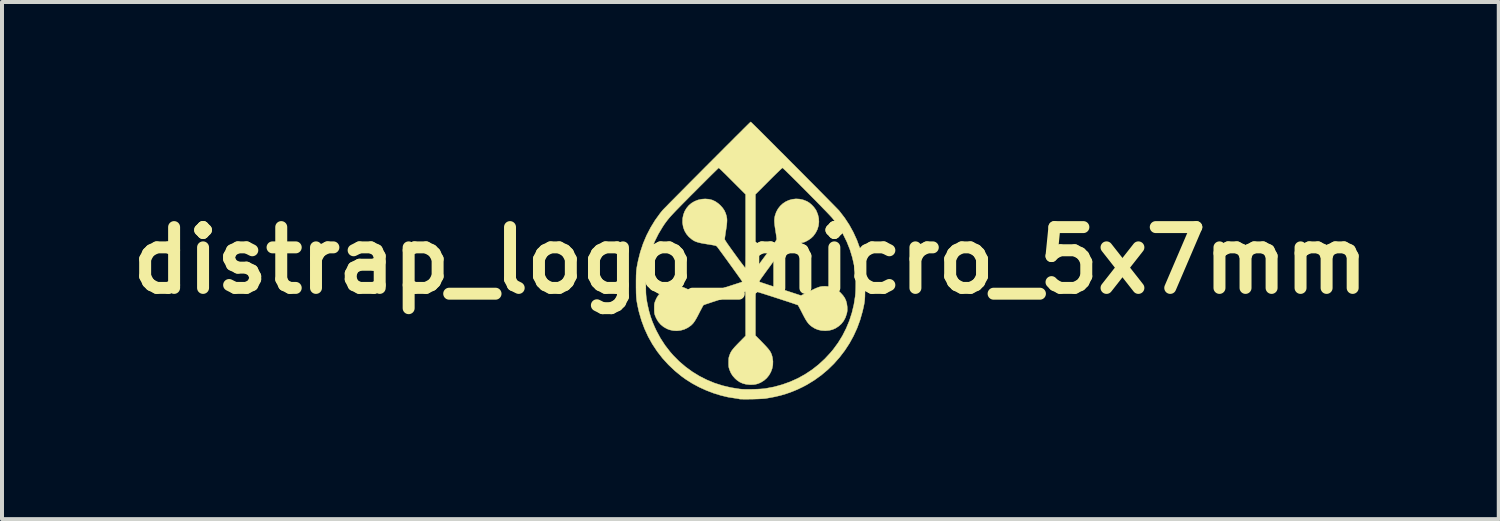
<source format=kicad_pcb>
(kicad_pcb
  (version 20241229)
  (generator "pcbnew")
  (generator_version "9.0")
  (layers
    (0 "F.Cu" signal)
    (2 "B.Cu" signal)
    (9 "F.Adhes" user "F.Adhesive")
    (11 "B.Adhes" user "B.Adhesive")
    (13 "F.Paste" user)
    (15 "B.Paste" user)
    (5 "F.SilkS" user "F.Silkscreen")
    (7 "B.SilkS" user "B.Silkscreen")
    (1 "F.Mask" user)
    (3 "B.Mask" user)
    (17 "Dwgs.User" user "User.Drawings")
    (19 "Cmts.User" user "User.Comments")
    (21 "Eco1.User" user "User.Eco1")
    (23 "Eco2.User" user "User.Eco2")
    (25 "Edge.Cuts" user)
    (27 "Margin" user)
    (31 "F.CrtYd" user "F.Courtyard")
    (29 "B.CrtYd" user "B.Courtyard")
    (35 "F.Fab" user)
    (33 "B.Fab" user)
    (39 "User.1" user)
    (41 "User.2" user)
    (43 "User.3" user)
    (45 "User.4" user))
  (footprint "distrap_logo_micro_5x7mm"
    (layer "F.Cu")
    (at 15.755 3.476)
    (property "Reference" "distrap_logo_micro_5x7mm" (at 0 0 0) (layer "F.SilkS") (effects (font (size 1.524 1.524) (thickness 0.3))))
    (attr through_hole)
    (fp_poly (pts (xy 0.015 -3.465) (xy 0.034 -3.448) (xy 0.062 -3.42) (xy 0.1 -3.383) (xy 0.148 -3.336) (xy 0.204 -3.281) (xy 0.267 -3.218) (xy 0.337 -3.148) (xy 0.413 -3.072) (xy 0.495 -2.99) (xy 0.582 -2.903) (xy 0.672 -2.812) (xy 0.766 -2.718) (xy 0.863 -2.622) (xy 0.961 -2.523) (xy 1.06 -2.423) (xy 1.16 -2.323) (xy 1.26 -2.223) (xy 1.358 -2.124) (xy 1.455 -2.026) (xy 1.55 -1.931) (xy 1.641 -1.839) (xy 1.728 -1.751) (xy 1.811 -1.667) (xy 1.888 -1.589) (xy 1.96 -1.516) (xy 2.024 -1.451) (xy 2.081 -1.393) (xy 2.13 -1.343) (xy 2.17 -1.302) (xy 2.201 -1.27) (xy 2.221 -1.249) (xy 2.229 -1.24) (xy 2.361 -1.069) (xy 2.478 -0.891) (xy 2.581 -0.704) (xy 2.67 -0.509) (xy 2.745 -0.304) (xy 2.807 -0.09) (xy 2.851 0.114) (xy 2.857 0.143) (xy 2.861 0.169) (xy 2.865 0.193) (xy 2.868 0.218) (xy 2.87 0.246) (xy 2.871 0.279) (xy 2.873 0.318) (xy 2.873 0.365) (xy 2.874 0.424) (xy 2.874 0.495) (xy 2.874 0.58) (xy 2.874 0.601) (xy 2.874 0.697) (xy 2.873 0.778) (xy 2.872 0.846) (xy 2.871 0.905) (xy 2.868 0.957) (xy 2.864 1.003) (xy 2.859 1.047) (xy 2.852 1.091) (xy 2.843 1.136) (xy 2.832 1.187) (xy 2.819 1.243) (xy 2.808 1.289) (xy 2.749 1.495) (xy 2.675 1.697) (xy 2.586 1.891) (xy 2.483 2.079) (xy 2.366 2.258) (xy 2.236 2.428) (xy 2.094 2.589) (xy 1.941 2.738) (xy 1.777 2.876) (xy 1.602 3.002) (xy 1.419 3.114) (xy 1.321 3.166) (xy 1.18 3.234) (xy 1.042 3.291) (xy 0.901 3.341) (xy 0.756 3.384) (xy 0.602 3.42) (xy 0.435 3.451) (xy 0.381 3.46) (xy 0.352 3.463) (xy 0.312 3.466) (xy 0.261 3.469) (xy 0.203 3.472) (xy 0.14 3.474) (xy 0.073 3.476) (xy 0.007 3.477) (xy -0.058 3.478) (xy -0.119 3.478) (xy -0.173 3.478) (xy -0.219 3.477) (xy -0.253 3.476) (xy -0.274 3.474) (xy -0.279 3.472) (xy -0.293 3.468) (xy -0.319 3.464) (xy -0.353 3.458) (xy -0.377 3.455) (xy -0.557 3.427) (xy -0.74 3.383) (xy -0.925 3.326) (xy -1.107 3.256) (xy -1.285 3.175) (xy -1.456 3.083) (xy -1.617 2.981) (xy -1.719 2.908) (xy -1.893 2.766) (xy -2.054 2.613) (xy -2.202 2.451) (xy -2.336 2.278) (xy -2.456 2.097) (xy -2.562 1.907) (xy -2.653 1.709) (xy -2.729 1.504) (xy -2.791 1.291) (xy -2.806 1.226) (xy -2.821 1.157) (xy -2.833 1.096) (xy -2.843 1.042) (xy -2.851 0.989) (xy -2.856 0.937) (xy -2.86 0.882) (xy -2.863 0.82) (xy -2.864 0.75) (xy -2.865 0.667) (xy -2.865 0.601) (xy -2.865 0.593) (xy -2.62 0.593) (xy -2.62 0.676) (xy -2.619 0.746) (xy -2.618 0.805) (xy -2.615 0.858) (xy -2.611 0.906) (xy -2.605 0.953) (xy -2.597 1.003) (xy -2.587 1.059) (xy -2.574 1.124) (xy -2.574 1.126) (xy -2.541 1.269) (xy -2.502 1.405) (xy -2.455 1.538) (xy -2.397 1.673) (xy -2.354 1.765) (xy -2.254 1.95) (xy -2.14 2.125) (xy -2.013 2.289) (xy -1.934 2.38) (xy -1.783 2.532) (xy -1.622 2.669) (xy -1.453 2.792) (xy -1.275 2.901) (xy -1.089 2.995) (xy -0.895 3.075) (xy -0.694 3.139) (xy -0.486 3.188) (xy -0.272 3.222) (xy -0.246 3.225) (xy -0.196 3.229) (xy -0.133 3.231) (xy -0.061 3.232) (xy 0.017 3.231) (xy 0.098 3.229) (xy 0.178 3.226) (xy 0.253 3.222) (xy 0.32 3.217) (xy 0.374 3.211) (xy 0.385 3.209) (xy 0.597 3.169) (xy 0.802 3.112) (xy 1 3.041) (xy 1.191 2.955) (xy 1.373 2.854) (xy 1.547 2.739) (xy 1.711 2.61) (xy 1.866 2.467) (xy 2.011 2.311) (xy 2.076 2.233) (xy 2.199 2.065) (xy 2.308 1.888) (xy 2.402 1.702) (xy 2.482 1.51) (xy 2.546 1.311) (xy 2.595 1.106) (xy 2.628 0.896) (xy 2.628 0.889) (xy 2.634 0.827) (xy 2.638 0.754) (xy 2.64 0.673) (xy 2.641 0.589) (xy 2.641 0.506) (xy 2.638 0.43) (xy 2.634 0.364) (xy 2.633 0.346) (xy 2.603 0.136) (xy 2.557 -0.069) (xy 2.496 -0.27) (xy 2.418 -0.466) (xy 2.325 -0.655) (xy 2.218 -0.836) (xy 2.095 -1.01) (xy 2.061 -1.054) (xy 2.045 -1.073) (xy 2.018 -1.102) (xy 1.983 -1.14) (xy 1.939 -1.186) (xy 1.888 -1.239) (xy 1.83 -1.298) (xy 1.768 -1.363) (xy 1.7 -1.432) (xy 1.63 -1.504) (xy 1.556 -1.578) (xy 1.481 -1.654) (xy 1.406 -1.73) (xy 1.331 -1.805) (xy 1.257 -1.879) (xy 1.186 -1.951) (xy 1.118 -2.018) (xy 1.054 -2.082) (xy 0.995 -2.14) (xy 0.942 -2.191) (xy 0.897 -2.236) (xy 0.859 -2.272) (xy 0.831 -2.298) (xy 0.812 -2.315) (xy 0.804 -2.32) (xy 0.796 -2.314) (xy 0.777 -2.297) (xy 0.748 -2.271) (xy 0.711 -2.235) (xy 0.666 -2.192) (xy 0.615 -2.142) (xy 0.559 -2.087) (xy 0.499 -2.027) (xy 0.459 -1.987) (xy 0.127 -1.655) (xy 0.127 -0.731) (xy 0.127 -0.586) (xy 0.127 -0.451) (xy 0.128 -0.327) (xy 0.128 -0.215) (xy 0.129 -0.114) (xy 0.129 -0.027) (xy 0.13 0.048) (xy 0.131 0.108) (xy 0.132 0.153) (xy 0.133 0.184) (xy 0.135 0.198) (xy 0.135 0.199) (xy 0.141 0.193) (xy 0.157 0.175) (xy 0.18 0.145) (xy 0.21 0.106) (xy 0.247 0.058) (xy 0.288 0.002) (xy 0.334 -0.06) (xy 0.383 -0.126) (xy 0.402 -0.152) (xy 0.463 -0.236) (xy 0.514 -0.308) (xy 0.557 -0.367) (xy 0.591 -0.416) (xy 0.618 -0.456) (xy 0.637 -0.486) (xy 0.65 -0.508) (xy 0.658 -0.523) (xy 0.66 -0.532) (xy 0.66 -0.532) (xy 0.659 -0.548) (xy 0.655 -0.577) (xy 0.65 -0.618) (xy 0.643 -0.666) (xy 0.634 -0.72) (xy 0.631 -0.742) (xy 0.618 -0.824) (xy 0.609 -0.892) (xy 0.604 -0.95) (xy 0.602 -0.998) (xy 0.604 -1.04) (xy 0.609 -1.079) (xy 0.617 -1.118) (xy 0.618 -1.121) (xy 0.649 -1.212) (xy 0.693 -1.293) (xy 0.749 -1.364) (xy 0.814 -1.424) (xy 0.888 -1.473) (xy 0.968 -1.509) (xy 1.053 -1.532) (xy 1.142 -1.542) (xy 1.232 -1.537) (xy 1.324 -1.517) (xy 1.413 -1.482) (xy 1.425 -1.476) (xy 1.482 -1.44) (xy 1.538 -1.392) (xy 1.59 -1.337) (xy 1.633 -1.279) (xy 1.653 -1.245) (xy 1.691 -1.151) (xy 1.713 -1.057) (xy 1.718 -0.963) (xy 1.707 -0.87) (xy 1.681 -0.78) (xy 1.638 -0.694) (xy 1.581 -0.615) (xy 1.572 -0.605) (xy 1.525 -0.56) (xy 1.466 -0.517) (xy 1.403 -0.481) (xy 1.36 -0.461) (xy 1.33 -0.452) (xy 1.285 -0.442) (xy 1.226 -0.43) (xy 1.157 -0.417) (xy 1.093 -0.407) (xy 1.035 -0.397) (xy 0.982 -0.388) (xy 0.937 -0.381) (xy 0.902 -0.374) (xy 0.879 -0.37) (xy 0.871 -0.368) (xy 0.865 -0.36) (xy 0.849 -0.341) (xy 0.826 -0.31) (xy 0.796 -0.27) (xy 0.76 -0.221) (xy 0.719 -0.166) (xy 0.675 -0.106) (xy 0.628 -0.042) (xy 0.579 0.025) (xy 0.53 0.092) (xy 0.481 0.16) (xy 0.433 0.225) (xy 0.388 0.287) (xy 0.346 0.345) (xy 0.309 0.397) (xy 0.277 0.441) (xy 0.252 0.477) (xy 0.235 0.502) (xy 0.226 0.516) (xy 0.225 0.517) (xy 0.22 0.532) (xy 0.221 0.537) (xy 0.229 0.54) (xy 0.253 0.548) (xy 0.289 0.56) (xy 0.338 0.576) (xy 0.397 0.596) (xy 0.466 0.619) (xy 0.543 0.644) (xy 0.626 0.671) (xy 0.715 0.7) (xy 0.747 0.71) (xy 1.269 0.881) (xy 1.479 0.776) (xy 1.552 0.741) (xy 1.612 0.712) (xy 1.662 0.69) (xy 1.705 0.674) (xy 1.742 0.662) (xy 1.776 0.655) (xy 1.81 0.65) (xy 1.847 0.649) (xy 1.875 0.648) (xy 1.97 0.656) (xy 2.057 0.678) (xy 2.137 0.715) (xy 2.212 0.767) (xy 2.261 0.812) (xy 2.32 0.877) (xy 2.365 0.941) (xy 2.396 1.008) (xy 2.416 1.08) (xy 2.427 1.162) (xy 2.428 1.177) (xy 2.429 1.224) (xy 2.428 1.262) (xy 2.423 1.297) (xy 2.415 1.336) (xy 2.414 1.336) (xy 2.383 1.431) (xy 2.338 1.516) (xy 2.281 1.589) (xy 2.216 1.647) (xy 2.139 1.698) (xy 2.06 1.733) (xy 1.977 1.754) (xy 1.885 1.762) (xy 1.871 1.762) (xy 1.778 1.756) (xy 1.693 1.737) (xy 1.614 1.704) (xy 1.537 1.656) (xy 1.526 1.647) (xy 1.497 1.623) (xy 1.469 1.597) (xy 1.444 1.567) (xy 1.418 1.531) (xy 1.39 1.488) (xy 1.359 1.433) (xy 1.324 1.367) (xy 1.3 1.32) (xy 1.273 1.267) (xy 1.248 1.219) (xy 1.226 1.179) (xy 1.209 1.147) (xy 1.197 1.127) (xy 1.192 1.12) (xy 1.182 1.115) (xy 1.157 1.107) (xy 1.12 1.094) (xy 1.072 1.077) (xy 1.014 1.058) (xy 0.949 1.036) (xy 0.877 1.013) (xy 0.801 0.988) (xy 0.722 0.962) (xy 0.641 0.936) (xy 0.562 0.91) (xy 0.484 0.885) (xy 0.411 0.862) (xy 0.343 0.84) (xy 0.282 0.821) (xy 0.23 0.805) (xy 0.189 0.792) (xy 0.159 0.783) (xy 0.144 0.779) (xy 0.142 0.779) (xy 0.139 0.78) (xy 0.137 0.782) (xy 0.134 0.788) (xy 0.133 0.798) (xy 0.131 0.814) (xy 0.13 0.836) (xy 0.129 0.867) (xy 0.128 0.906) (xy 0.128 0.957) (xy 0.127 1.018) (xy 0.127 1.093) (xy 0.127 1.182) (xy 0.127 1.286) (xy 0.127 1.331) (xy 0.127 1.882) (xy 0.287 2.044) (xy 0.348 2.107) (xy 0.398 2.16) (xy 0.438 2.205) (xy 0.47 2.245) (xy 0.495 2.281) (xy 0.514 2.316) (xy 0.53 2.352) (xy 0.542 2.39) (xy 0.553 2.432) (xy 0.553 2.436) (xy 0.566 2.529) (xy 0.563 2.622) (xy 0.545 2.712) (xy 0.513 2.798) (xy 0.468 2.877) (xy 0.411 2.948) (xy 0.342 3.009) (xy 0.263 3.058) (xy 0.259 3.06) (xy 0.197 3.087) (xy 0.136 3.104) (xy 0.072 3.113) (xy -0.002 3.114) (xy -0.017 3.114) (xy -0.111 3.104) (xy -0.194 3.082) (xy -0.27 3.047) (xy -0.341 2.997) (xy -0.385 2.957) (xy -0.441 2.894) (xy -0.485 2.826) (xy -0.519 2.747) (xy -0.522 2.739) (xy -0.532 2.709) (xy -0.539 2.684) (xy -0.543 2.658) (xy -0.545 2.627) (xy -0.546 2.586) (xy -0.546 2.557) (xy -0.545 2.508) (xy -0.544 2.472) (xy -0.541 2.444) (xy -0.535 2.419) (xy -0.527 2.393) (xy -0.523 2.381) (xy -0.509 2.344) (xy -0.494 2.311) (xy -0.477 2.28) (xy -0.455 2.248) (xy -0.428 2.214) (xy -0.394 2.174) (xy -0.351 2.128) (xy -0.298 2.073) (xy -0.282 2.057) (xy -0.119 1.891) (xy -0.119 1.339) (xy -0.119 1.211) (xy -0.119 1.1) (xy -0.12 1.006) (xy -0.121 0.928) (xy -0.122 0.867) (xy -0.123 0.823) (xy -0.125 0.795) (xy -0.127 0.783) (xy -0.127 0.783) (xy -0.136 0.785) (xy -0.16 0.791) (xy -0.197 0.802) (xy -0.244 0.816) (xy -0.301 0.834) (xy -0.366 0.854) (xy -0.437 0.877) (xy -0.513 0.901) (xy -0.591 0.926) (xy -0.671 0.951) (xy -0.75 0.977) (xy -0.827 1.002) (xy -0.901 1.026) (xy -0.969 1.048) (xy -1.03 1.069) (xy -1.083 1.086) (xy -1.125 1.101) (xy -1.156 1.112) (xy -1.172 1.118) (xy -1.175 1.12) (xy -1.182 1.129) (xy -1.195 1.152) (xy -1.213 1.186) (xy -1.235 1.228) (xy -1.261 1.276) (xy -1.28 1.314) (xy -1.318 1.388) (xy -1.351 1.449) (xy -1.38 1.498) (xy -1.406 1.538) (xy -1.431 1.572) (xy -1.457 1.6) (xy -1.484 1.626) (xy -1.496 1.636) (xy -1.573 1.689) (xy -1.658 1.729) (xy -1.748 1.754) (xy -1.841 1.764) (xy -1.934 1.759) (xy -2.026 1.739) (xy -2.09 1.714) (xy -2.173 1.667) (xy -2.247 1.607) (xy -2.309 1.534) (xy -2.358 1.451) (xy -2.386 1.386) (xy -2.395 1.359) (xy -2.401 1.335) (xy -2.405 1.308) (xy -2.407 1.275) (xy -2.408 1.232) (xy -2.408 1.206) (xy -2.408 1.158) (xy -2.407 1.121) (xy -2.405 1.093) (xy -2.4 1.07) (xy -2.393 1.046) (xy -2.386 1.026) (xy -2.354 0.952) (xy -2.315 0.887) (xy -2.265 0.826) (xy -2.248 0.809) (xy -2.176 0.748) (xy -2.095 0.701) (xy -2.006 0.669) (xy -1.909 0.652) (xy -1.85 0.649) (xy -1.812 0.65) (xy -1.776 0.652) (xy -1.742 0.658) (xy -1.705 0.668) (xy -1.664 0.682) (xy -1.616 0.702) (xy -1.56 0.728) (xy -1.492 0.761) (xy -1.455 0.78) (xy -1.402 0.805) (xy -1.354 0.828) (xy -1.312 0.848) (xy -1.278 0.862) (xy -1.256 0.87) (xy -1.248 0.872) (xy -1.236 0.87) (xy -1.21 0.862) (xy -1.17 0.85) (xy -1.119 0.835) (xy -1.057 0.816) (xy -0.987 0.794) (xy -0.91 0.769) (xy -0.827 0.742) (xy -0.742 0.715) (xy -0.654 0.686) (xy -0.571 0.659) (xy -0.493 0.634) (xy -0.423 0.611) (xy -0.361 0.591) (xy -0.309 0.574) (xy -0.269 0.561) (xy -0.242 0.553) (xy -0.23 0.549) (xy -0.21 0.54) (xy -0.205 0.528) (xy -0.205 0.526) (xy -0.211 0.517) (xy -0.225 0.496) (xy -0.248 0.464) (xy -0.277 0.422) (xy -0.312 0.373) (xy -0.352 0.317) (xy -0.396 0.256) (xy -0.442 0.191) (xy -0.491 0.124) (xy -0.54 0.056) (xy -0.588 -0.011) (xy -0.636 -0.076) (xy -0.68 -0.137) (xy -0.722 -0.194) (xy -0.759 -0.244) (xy -0.79 -0.287) (xy -0.815 -0.32) (xy -0.833 -0.343) (xy -0.841 -0.353) (xy -0.849 -0.359) (xy -0.86 -0.365) (xy -0.878 -0.371) (xy -0.903 -0.377) (xy -0.939 -0.384) (xy -0.986 -0.392) (xy -1.047 -0.402) (xy -1.073 -0.406) (xy -1.156 -0.42) (xy -1.225 -0.432) (xy -1.282 -0.445) (xy -1.329 -0.458) (xy -1.369 -0.472) (xy -1.404 -0.488) (xy -1.437 -0.507) (xy -1.467 -0.528) (xy -1.542 -0.591) (xy -1.603 -0.664) (xy -1.65 -0.745) (xy -1.682 -0.834) (xy -1.698 -0.929) (xy -1.7 -0.954) (xy -1.697 -1.052) (xy -1.678 -1.145) (xy -1.646 -1.231) (xy -1.6 -1.308) (xy -1.543 -1.377) (xy -1.475 -1.435) (xy -1.397 -1.481) (xy -1.311 -1.515) (xy -1.217 -1.535) (xy -1.132 -1.541) (xy -1.04 -1.534) (xy -0.955 -1.513) (xy -0.877 -1.477) (xy -0.803 -1.425) (xy -0.753 -1.38) (xy -0.696 -1.317) (xy -0.653 -1.254) (xy -0.621 -1.185) (xy -0.601 -1.121) (xy -0.593 -1.084) (xy -0.587 -1.046) (xy -0.585 -1.006) (xy -0.587 -0.96) (xy -0.591 -0.907) (xy -0.599 -0.842) (xy -0.611 -0.764) (xy -0.614 -0.745) (xy -0.623 -0.689) (xy -0.63 -0.638) (xy -0.636 -0.594) (xy -0.641 -0.559) (xy -0.643 -0.538) (xy -0.643 -0.533) (xy -0.641 -0.524) (xy -0.635 -0.51) (xy -0.622 -0.489) (xy -0.604 -0.461) (xy -0.58 -0.424) (xy -0.547 -0.378) (xy -0.507 -0.321) (xy -0.458 -0.253) (xy -0.4 -0.172) (xy -0.393 -0.163) (xy -0.344 -0.095) (xy -0.298 -0.032) (xy -0.255 0.026) (xy -0.217 0.076) (xy -0.184 0.119) (xy -0.159 0.152) (xy -0.141 0.174) (xy -0.131 0.184) (xy -0.131 0.185) (xy -0.129 0.183) (xy -0.127 0.178) (xy -0.126 0.168) (xy -0.124 0.152) (xy -0.123 0.129) (xy -0.122 0.098) (xy -0.121 0.059) (xy -0.12 0.01) (xy -0.12 -0.048) (xy -0.119 -0.119) (xy -0.119 -0.201) (xy -0.119 -0.296) (xy -0.119 -0.405) (xy -0.119 -0.529) (xy -0.119 -0.668) (xy -0.119 -0.734) (xy -0.119 -1.655) (xy -0.451 -1.987) (xy -0.513 -2.049) (xy -0.571 -2.107) (xy -0.625 -2.161) (xy -0.674 -2.208) (xy -0.715 -2.249) (xy -0.749 -2.281) (xy -0.774 -2.304) (xy -0.788 -2.317) (xy -0.792 -2.32) (xy -0.799 -2.314) (xy -0.817 -2.297) (xy -0.846 -2.269) (xy -0.884 -2.232) (xy -0.93 -2.187) (xy -0.985 -2.133) (xy -1.046 -2.072) (xy -1.114 -2.004) (xy -1.187 -1.931) (xy -1.265 -1.854) (xy -1.346 -1.772) (xy -1.393 -1.725) (xy -1.498 -1.621) (xy -1.59 -1.527) (xy -1.673 -1.444) (xy -1.746 -1.37) (xy -1.81 -1.304) (xy -1.867 -1.246) (xy -1.916 -1.194) (xy -1.959 -1.148) (xy -1.997 -1.107) (xy -2.03 -1.069) (xy -2.059 -1.034) (xy -2.085 -1.002) (xy -2.109 -0.97) (xy -2.132 -0.939) (xy -2.155 -0.907) (xy -2.177 -0.873) (xy -2.198 -0.842) (xy -2.305 -0.663) (xy -2.398 -0.476) (xy -2.476 -0.281) (xy -2.539 -0.078) (xy -2.587 0.131) (xy -2.601 0.216) (xy -2.607 0.253) (xy -2.611 0.288) (xy -2.614 0.324) (xy -2.617 0.362) (xy -2.618 0.407) (xy -2.619 0.461) (xy -2.62 0.527) (xy -2.62 0.593) (xy -2.865 0.593) (xy -2.865 0.512) (xy -2.864 0.437) (xy -2.863 0.373) (xy -2.86 0.318) (xy -2.857 0.268) (xy -2.852 0.221) (xy -2.845 0.174) (xy -2.836 0.124) (xy -2.825 0.068) (xy -2.812 0.004) (xy -2.811 -0.000483) (xy -2.757 -0.214) (xy -2.687 -0.423) (xy -2.602 -0.625) (xy -2.501 -0.82) (xy -2.386 -1.008) (xy -2.256 -1.187) (xy -2.202 -1.253) (xy -2.192 -1.264) (xy -2.171 -1.286) (xy -2.139 -1.319) (xy -2.098 -1.36) (xy -2.049 -1.411) (xy -1.991 -1.47) (xy -1.925 -1.536) (xy -1.853 -1.609) (xy -1.775 -1.687) (xy -1.692 -1.771) (xy -1.604 -1.86) (xy -1.513 -1.952) (xy -1.418 -2.047) (xy -1.321 -2.144) (xy -1.223 -2.243) (xy -1.124 -2.343) (xy -1.024 -2.443) (xy -0.925 -2.542) (xy -0.827 -2.64) (xy -0.731 -2.736) (xy -0.638 -2.83) (xy -0.548 -2.919) (xy -0.462 -3.005) (xy -0.382 -3.086) (xy -0.306 -3.161) (xy -0.237 -3.229) (xy -0.176 -3.291) (xy -0.121 -3.345) (xy -0.076 -3.39) (xy -0.039 -3.426) (xy -0.012 -3.452) (xy 0.004 -3.467) (xy 0.008 -3.471) (xy 0.015 -3.465)) (stroke (width 0.01) (type solid)) (fill yes) (layer "F.SilkS")))
  (gr_rect
    (start -3 -3)
    (end 34.511 9.96)
    (stroke (width 0.1) (type default))
    (fill no)
    (layer "Edge.Cuts")))
</source>
